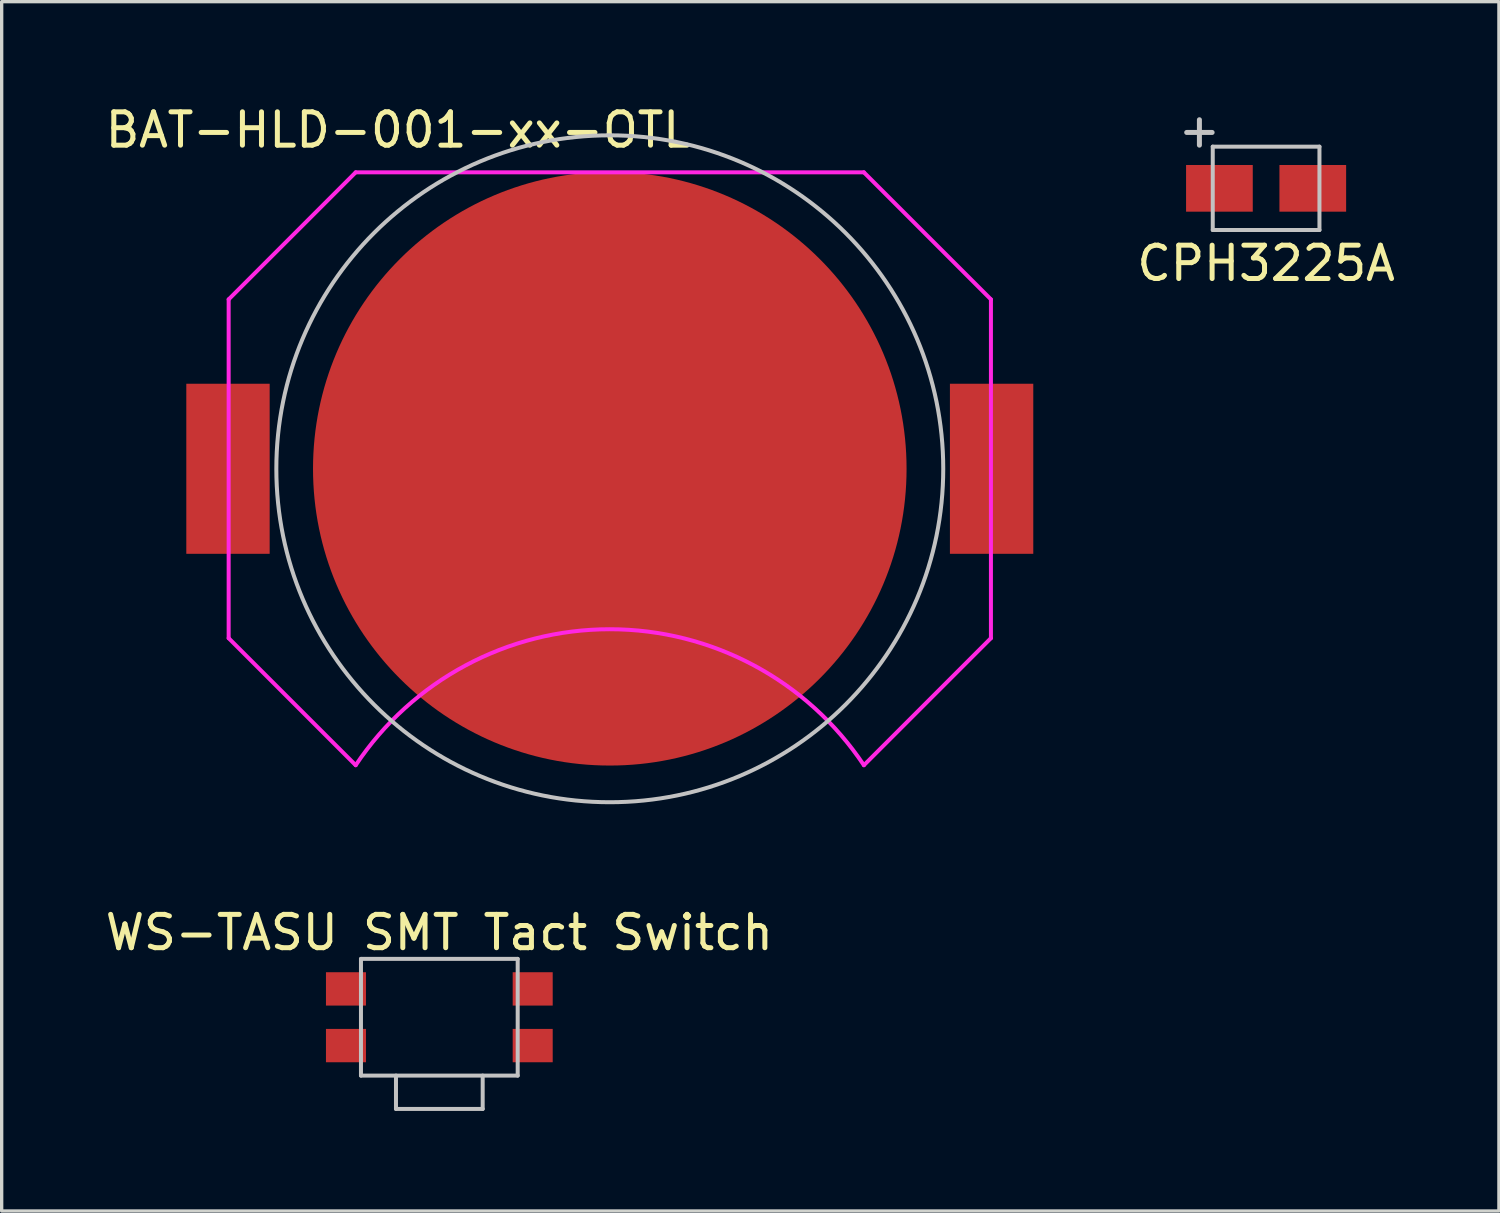
<source format=kicad_pcb>
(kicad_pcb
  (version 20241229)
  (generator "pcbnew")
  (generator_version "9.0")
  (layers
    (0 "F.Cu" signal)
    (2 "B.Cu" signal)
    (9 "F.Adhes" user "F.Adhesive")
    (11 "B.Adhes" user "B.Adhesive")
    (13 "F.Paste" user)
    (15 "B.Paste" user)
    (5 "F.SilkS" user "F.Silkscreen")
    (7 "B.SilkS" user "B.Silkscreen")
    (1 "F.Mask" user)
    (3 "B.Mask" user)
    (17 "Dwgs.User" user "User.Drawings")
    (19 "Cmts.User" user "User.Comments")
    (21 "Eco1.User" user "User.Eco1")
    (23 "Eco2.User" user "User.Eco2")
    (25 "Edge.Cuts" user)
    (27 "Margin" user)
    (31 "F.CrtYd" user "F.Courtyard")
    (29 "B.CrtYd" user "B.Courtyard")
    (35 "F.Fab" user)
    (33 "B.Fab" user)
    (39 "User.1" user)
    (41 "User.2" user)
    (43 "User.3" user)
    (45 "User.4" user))
  (footprint "BAT-HLD-001-xx-OTL"
    (layer "F.Cu")
    (at 15.237 11.008)
    (property "Reference" "BAT-HLD-001-xx-OTL" (at -6.35 -10.16 0) (layer "F.SilkS") (effects (font (size 1 1) (thickness 0.15))))
    (attr through_hole)
    (fp_circle (center 0 0) (end 10 0) (stroke (width 0.12) (type solid)) (fill no) (layer "Dwgs.User"))
    (fp_line (start -11.43 -5.08) (end -7.62 -8.89) (stroke (width 0.12) (type solid)) (layer "F.CrtYd"))
    (fp_line (start -11.43 5.08) (end -11.43 -5.08) (stroke (width 0.12) (type solid)) (layer "F.CrtYd"))
    (fp_line (start -11.43 5.08) (end -7.62 8.89) (stroke (width 0.12) (type solid)) (layer "F.CrtYd"))
    (fp_line (start -7.62 -8.89) (end 7.62 -8.89) (stroke (width 0.12) (type solid)) (layer "F.CrtYd"))
    (fp_line (start 7.62 -8.89) (end 11.43 -5.08) (stroke (width 0.12) (type solid)) (layer "F.CrtYd"))
    (fp_line (start 11.43 -5.08) (end 11.43 5.08) (stroke (width 0.12) (type solid)) (layer "F.CrtYd"))
    (fp_line (start 11.43 5.08) (end 7.62 8.89) (stroke (width 0.12) (type solid)) (layer "F.CrtYd"))
    (fp_arc (start -7.619999 8.890001) (mid 0 4.811901) (end 7.619999 8.890001) (stroke (width 0.12) (type solid)) (layer "F.CrtYd"))
    (pad "1" smd rect (at -11.45 0) (size 2.5 5.1) (layers "F.Cu" "F.Mask" "F.Paste"))
    (pad "1" smd rect (at 11.45 0) (size 2.5 5.1) (layers "F.Cu" "F.Mask" "F.Paste"))
    (pad "2" smd circle (at 0 0) (size 17.8 17.8) (layers "F.Cu" "F.Mask" "F.Paste")))
  (footprint "CPH3225A"
    (layer "F.Cu")
    (at 34.919 2.598)
    (property "Reference" "CPH3225A" (at 0 2.25 0) (layer "F.SilkS") (effects (font (size 1 1) (thickness 0.15))))
    (attr through_hole)
    (fp_line (start -1.6 -1.25) (end 1.6 -1.25) (stroke (width 0.12) (type solid)) (layer "Dwgs.User"))
    (fp_line (start -1.6 1.25) (end -1.6 -1.25) (stroke (width 0.12) (type solid)) (layer "Dwgs.User"))
    (fp_line (start 1.6 -1.25) (end 1.6 1.25) (stroke (width 0.12) (type solid)) (layer "Dwgs.User"))
    (fp_line (start 1.6 1.25) (end -1.6 1.25) (stroke (width 0.12) (type solid)) (layer "Dwgs.User"))
    (fp_text user "+" (at -2 -1.75 0) (layer "Dwgs.User") (effects (font (size 1 1) (thickness 0.15))))
    (pad "1" smd rect (at -1.1 0) (size 2 1.4) (drill (offset -0.3 0)) (layers "F.Cu" "F.Mask" "F.Paste"))
    (pad "2" smd rect (at 1.1 0) (size 2 1.4) (drill (offset 0.3 0)) (layers "F.Cu" "F.Mask" "F.Paste")))
  (footprint "WS-TASU SMT Tact Switch"
    (layer "F.Cu")
    (at 10.125 27.456)
    (property "Reference" "WS-TASU SMT Tact Switch" (at 0 -2.54 0) (layer "F.SilkS") (effects (font (size 1 1) (thickness 0.15))))
    (attr through_hole)
    (fp_line (start -2.35 -1.75) (end -2.35 1.75) (stroke (width 0.12) (type solid)) (layer "Dwgs.User"))
    (fp_line (start -2.35 1.75) (end 2.35 1.75) (stroke (width 0.12) (type solid)) (layer "Dwgs.User"))
    (fp_line (start -1.3 1.75) (end -1.3 2.75) (stroke (width 0.12) (type solid)) (layer "Dwgs.User"))
    (fp_line (start -1.3 2.75) (end 1.3 2.75) (stroke (width 0.12) (type solid)) (layer "Dwgs.User"))
    (fp_line (start 1.3 1.75) (end 1.3 2.75) (stroke (width 0.12) (type solid)) (layer "Dwgs.User"))
    (fp_line (start 2.35 -1.75) (end -2.35 -1.75) (stroke (width 0.12) (type solid)) (layer "Dwgs.User"))
    (fp_line (start 2.35 1.75) (end 2.35 -1.75) (stroke (width 0.12) (type solid)) (layer "Dwgs.User"))
    (pad "1" smd rect (at -2.8 0.85) (size 1.2 1) (layers "F.Cu" "F.Mask" "F.Paste"))
    (pad "1" smd rect (at 2.8 0.85) (size 1.2 1) (layers "F.Cu" "F.Mask" "F.Paste"))
    (pad "2" smd rect (at -2.8 -0.85) (size 1.2 1) (layers "F.Cu" "F.Mask" "F.Paste"))
    (pad "2" smd rect (at 2.8 -0.85) (size 1.2 1) (layers "F.Cu" "F.Mask" "F.Paste")))
  (gr_rect
    (start -3 -3)
    (end 41.901 33.267)
    (stroke (width 0.1) (type default))
    (fill no)
    (layer "Edge.Cuts")))
</source>
